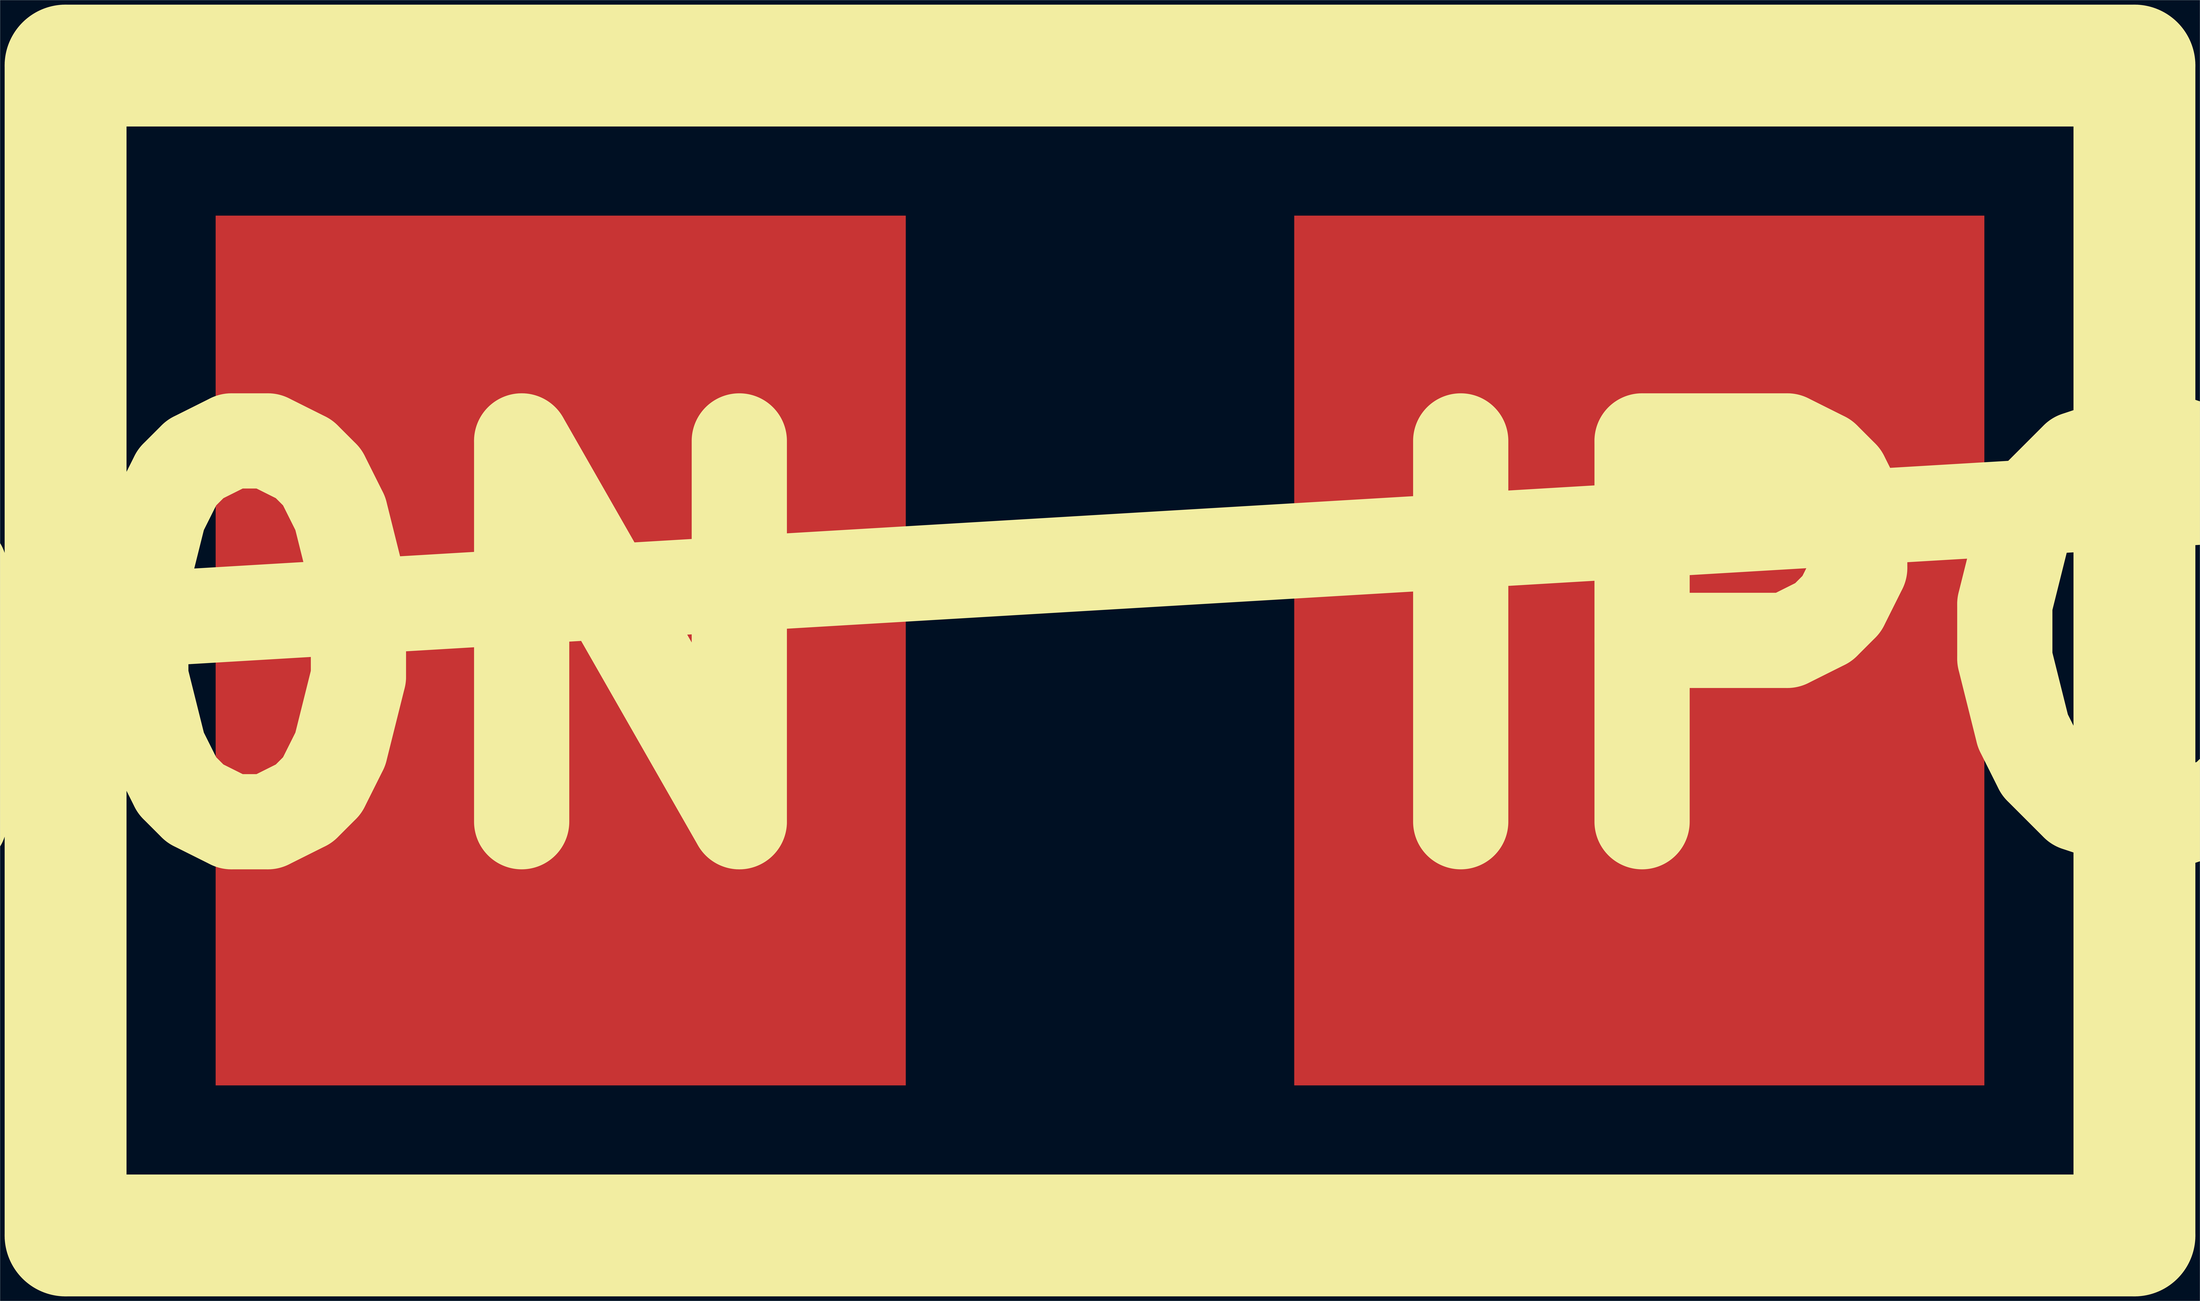
<source format=kicad_pcb>
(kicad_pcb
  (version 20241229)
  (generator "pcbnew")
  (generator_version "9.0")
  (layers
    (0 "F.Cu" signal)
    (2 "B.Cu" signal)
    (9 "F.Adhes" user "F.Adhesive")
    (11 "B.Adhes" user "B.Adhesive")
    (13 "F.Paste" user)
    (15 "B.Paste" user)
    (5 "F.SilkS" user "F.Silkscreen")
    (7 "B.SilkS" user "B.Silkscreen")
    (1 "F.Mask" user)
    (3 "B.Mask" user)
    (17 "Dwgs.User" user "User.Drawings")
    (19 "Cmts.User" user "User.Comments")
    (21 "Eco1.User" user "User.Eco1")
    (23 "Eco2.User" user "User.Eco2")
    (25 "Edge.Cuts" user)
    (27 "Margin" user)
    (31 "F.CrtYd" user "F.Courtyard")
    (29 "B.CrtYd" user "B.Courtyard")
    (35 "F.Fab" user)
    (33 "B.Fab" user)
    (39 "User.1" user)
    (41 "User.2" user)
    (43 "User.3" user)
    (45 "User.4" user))
  (footprint "IPC_CAPC2012X140N"
    (layer "F.Cu")
    (at 719 424)
    (property "Reference" "IPC_CAPC2012X140N" (at 0 0 0) (layer "F.SilkS") (effects (font (size 250 250) (thickness 120))))
    (attr through_hole)
    (fp_line (start -679 -384) (end 679 -384) (stroke (width 80) (type solid)) (layer "F.SilkS"))
    (fp_line (start -679 384) (end -679 -384) (stroke (width 80) (type solid)) (layer "F.SilkS"))
    (fp_line (start 679 -384) (end 679 384) (stroke (width 80) (type solid)) (layer "F.SilkS"))
    (fp_line (start 679 384) (end -679 384) (stroke (width 80) (type solid)) (layer "F.SilkS"))
    (pad "1" smd rect (at -354 0) (size 453 571) (layers "F.Cu" "F.Mask" "F.Paste"))
    (pad "2" smd rect (at 354 0) (size 453 571) (layers "F.Cu" "F.Mask" "F.Paste")))
  (gr_rect
    (start -3 -3)
    (end 1441 851)
    (stroke (width 0.1) (type default))
    (fill no)
    (layer "Edge.Cuts")))
</source>
